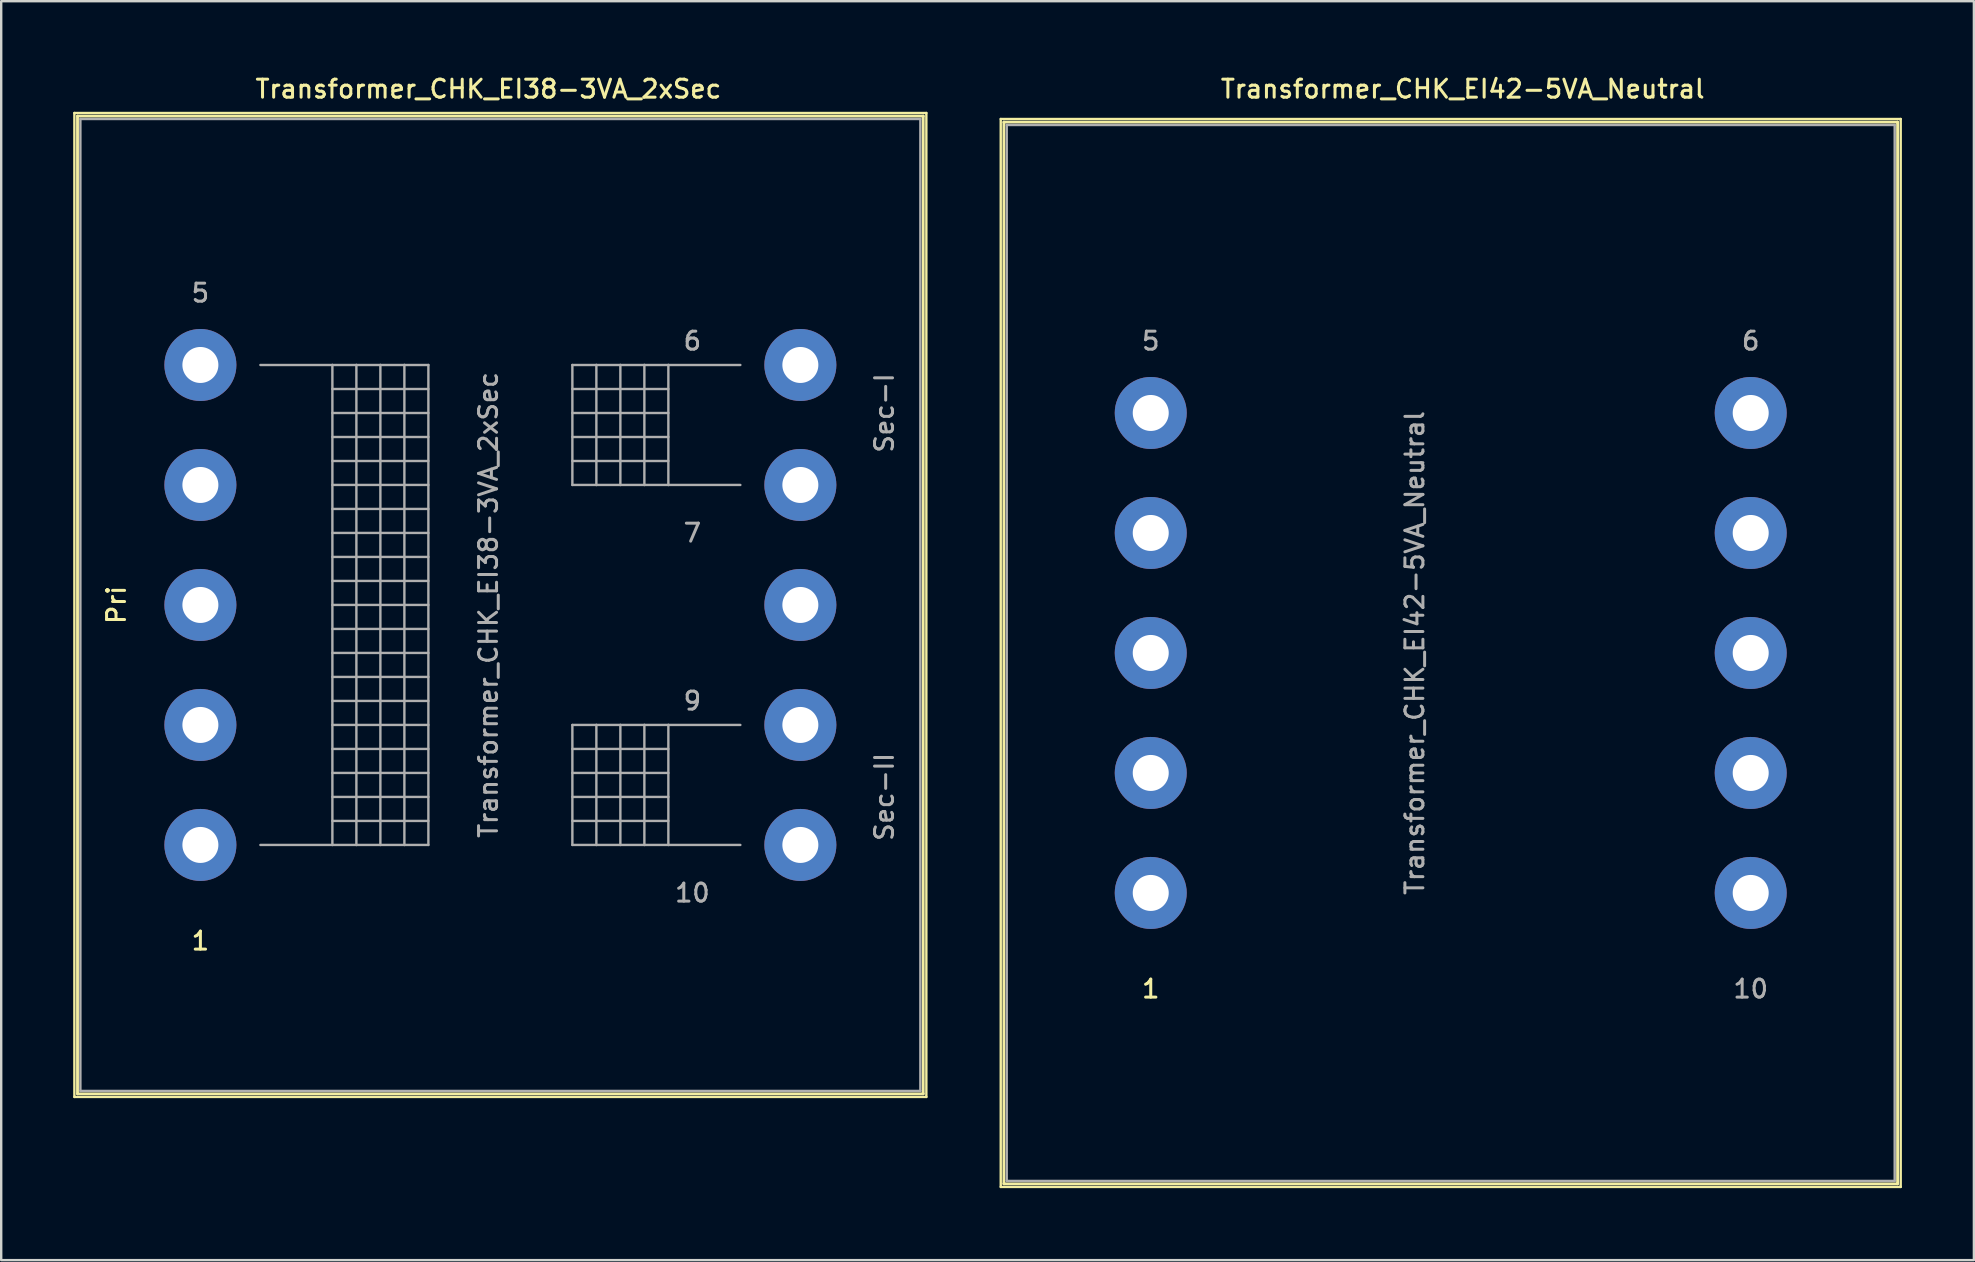
<source format=kicad_pcb>
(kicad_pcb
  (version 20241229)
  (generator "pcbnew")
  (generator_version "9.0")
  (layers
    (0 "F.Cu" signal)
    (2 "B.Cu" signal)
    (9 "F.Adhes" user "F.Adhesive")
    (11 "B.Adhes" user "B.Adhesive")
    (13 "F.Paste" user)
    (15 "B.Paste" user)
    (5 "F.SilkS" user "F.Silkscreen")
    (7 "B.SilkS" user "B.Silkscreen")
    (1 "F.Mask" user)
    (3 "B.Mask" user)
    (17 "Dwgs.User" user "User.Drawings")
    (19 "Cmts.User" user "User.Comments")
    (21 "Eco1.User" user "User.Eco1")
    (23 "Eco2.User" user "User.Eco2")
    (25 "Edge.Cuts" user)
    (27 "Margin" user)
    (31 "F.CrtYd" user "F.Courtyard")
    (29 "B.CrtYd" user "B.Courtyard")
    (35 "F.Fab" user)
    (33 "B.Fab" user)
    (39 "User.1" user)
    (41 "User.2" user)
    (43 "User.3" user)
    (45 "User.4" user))
  (footprint "Transformer_CHK_EI42-5VA_Neutral"
    (layer "F.Cu")
    (at 44.9 34.158)
    (property "Reference" "Transformer_CHK_EI42-5VA_Neutral" (at 13 -33.5 0) (layer "F.SilkS") (effects (font (size 0.75 0.75) (thickness 0.125))))
    (attr through_hole)
    (fp_line (start -6.25 -32.25) (end -6.25 12.25) (stroke (width 0.1) (type solid)) (layer "F.SilkS"))
    (fp_line (start -6.25 -32.25) (end 31.25 -32.25) (stroke (width 0.1) (type solid)) (layer "F.SilkS"))
    (fp_line (start -6.12 -32.12) (end -6.12 12.12) (stroke (width 0.12) (type solid)) (layer "F.SilkS"))
    (fp_line (start -6.12 -32.12) (end 31.12 -32.12) (stroke (width 0.12) (type solid)) (layer "F.SilkS"))
    (fp_line (start 31.12 12.12) (end -6.12 12.12) (stroke (width 0.12) (type solid)) (layer "F.SilkS"))
    (fp_line (start 31.12 12.12) (end 31.12 -32.12) (stroke (width 0.12) (type solid)) (layer "F.SilkS"))
    (fp_line (start 31.25 12.25) (end -6.25 12.25) (stroke (width 0.1) (type solid)) (layer "F.SilkS"))
    (fp_line (start 31.25 12.25) (end 31.25 -32.25) (stroke (width 0.1) (type solid)) (layer "F.SilkS"))
    (fp_line (start -6 -32) (end -6 12) (stroke (width 0.1) (type solid)) (layer "F.Fab"))
    (fp_line (start -6 12) (end 31 12) (stroke (width 0.1) (type solid)) (layer "F.Fab"))
    (fp_line (start 31 -32) (end -6 -32) (stroke (width 0.1) (type solid)) (layer "F.Fab"))
    (fp_line (start 31 12) (end 31 -32) (stroke (width 0.1) (type solid)) (layer "F.Fab"))
    (fp_text user "1" (at 0 4 0) (layer "F.SilkS") (effects (font (size 0.75 0.75) (thickness 0.125))))
    (fp_text user "5" (at 0 -23 0) (layer "F.Fab") (effects (font (size 0.75 0.75) (thickness 0.125))))
    (fp_text user "6" (at 25 -23 0) (layer "F.Fab") (effects (font (size 0.75 0.75) (thickness 0.125))))
    (fp_text user "${REFERENCE}" (at 11 -10 90) (layer "F.Fab") (effects (font (size 0.75 0.75) (thickness 0.125))))
    (fp_text user "10" (at 25 4 0) (layer "F.Fab") (effects (font (size 0.75 0.75) (thickness 0.125))))
    (pad "1" thru_hole circle (at 0 0) (size 3 3) (drill 1.5) (layers "*.Cu" "*.Mask"))
    (pad "2" thru_hole circle (at 0 -5) (size 3 3) (drill 1.5) (layers "*.Cu" "*.Mask"))
    (pad "3" thru_hole circle (at 0 -10) (size 3 3) (drill 1.5) (layers "*.Cu" "*.Mask"))
    (pad "4" thru_hole circle (at 0 -15) (size 3 3) (drill 1.5) (layers "*.Cu" "*.Mask"))
    (pad "5" thru_hole circle (at 0 -20) (size 3 3) (drill 1.5) (layers "*.Cu" "*.Mask"))
    (pad "6" thru_hole circle (at 25 -20) (size 3 3) (drill 1.5) (layers "*.Cu" "*.Mask"))
    (pad "7" thru_hole circle (at 25 -15) (size 3 3) (drill 1.5) (layers "*.Cu" "*.Mask"))
    (pad "8" thru_hole circle (at 25 -10) (size 3 3) (drill 1.5) (layers "*.Cu" "*.Mask"))
    (pad "9" thru_hole circle (at 25 -5) (size 3 3) (drill 1.5) (layers "*.Cu" "*.Mask"))
    (pad "10" thru_hole circle (at 25 0) (size 3 3) (drill 1.5) (layers "*.Cu" "*.Mask")))
  (footprint "Transformer_CHK_EI38-3VA_2xSec"
    (layer "F.Cu")
    (at 5.3 32.158)
    (property "Reference" "Transformer_CHK_EI38-3VA_2xSec" (at 12 -31.5 0) (layer "F.SilkS") (effects (font (size 0.75 0.75) (thickness 0.125))))
    (attr through_hole)
    (fp_line (start -5.25 -30.5) (end -5.25 10.5) (stroke (width 0.1) (type solid)) (layer "F.SilkS"))
    (fp_line (start -5.25 -30.5) (end 30.25 -30.5) (stroke (width 0.1) (type solid)) (layer "F.SilkS"))
    (fp_line (start -5.12 -30.37) (end -5.12 10.37) (stroke (width 0.12) (type solid)) (layer "F.SilkS"))
    (fp_line (start -5.12 -30.37) (end 30.12 -30.37) (stroke (width 0.12) (type solid)) (layer "F.SilkS"))
    (fp_line (start 30.12 10.37) (end -5.12 10.37) (stroke (width 0.12) (type solid)) (layer "F.SilkS"))
    (fp_line (start 30.12 10.37) (end 30.12 -30.37) (stroke (width 0.12) (type solid)) (layer "F.SilkS"))
    (fp_line (start 30.25 10.5) (end -5.25 10.5) (stroke (width 0.1) (type solid)) (layer "F.SilkS"))
    (fp_line (start 30.25 10.5) (end 30.25 -30.5) (stroke (width 0.1) (type solid)) (layer "F.SilkS"))
    (fp_line (start -5 -30.25) (end -5 10.25) (stroke (width 0.1) (type solid)) (layer "F.Fab"))
    (fp_line (start -5 10.25) (end 30 10.25) (stroke (width 0.1) (type solid)) (layer "F.Fab"))
    (fp_line (start 2.5 -20) (end 5.5 -20) (stroke (width 0.1) (type solid)) (layer "F.Fab"))
    (fp_line (start 5.5 -20) (end 5.5 0) (stroke (width 0.1) (type solid)) (layer "F.Fab"))
    (fp_line (start 5.5 -20) (end 6.5 -20) (stroke (width 0.1) (type solid)) (layer "F.Fab"))
    (fp_line (start 5.5 -19) (end 9.5 -19) (stroke (width 0.1) (type solid)) (layer "F.Fab"))
    (fp_line (start 5.5 -18) (end 9.5 -18) (stroke (width 0.1) (type solid)) (layer "F.Fab"))
    (fp_line (start 5.5 -17) (end 9.5 -17) (stroke (width 0.1) (type solid)) (layer "F.Fab"))
    (fp_line (start 5.5 -16) (end 9.5 -16) (stroke (width 0.1) (type solid)) (layer "F.Fab"))
    (fp_line (start 5.5 -15) (end 9.5 -15) (stroke (width 0.1) (type solid)) (layer "F.Fab"))
    (fp_line (start 5.5 -14) (end 9.5 -14) (stroke (width 0.1) (type solid)) (layer "F.Fab"))
    (fp_line (start 5.5 -13) (end 9.5 -13) (stroke (width 0.1) (type solid)) (layer "F.Fab"))
    (fp_line (start 5.5 -12) (end 9.5 -12) (stroke (width 0.1) (type solid)) (layer "F.Fab"))
    (fp_line (start 5.5 -11) (end 9.5 -11) (stroke (width 0.1) (type solid)) (layer "F.Fab"))
    (fp_line (start 5.5 -10) (end 9.5 -10) (stroke (width 0.1) (type solid)) (layer "F.Fab"))
    (fp_line (start 5.5 -9) (end 9.5 -9) (stroke (width 0.1) (type solid)) (layer "F.Fab"))
    (fp_line (start 5.5 -8) (end 9.5 -8) (stroke (width 0.1) (type solid)) (layer "F.Fab"))
    (fp_line (start 5.5 -7) (end 9.5 -7) (stroke (width 0.1) (type solid)) (layer "F.Fab"))
    (fp_line (start 5.5 -6) (end 9.5 -6) (stroke (width 0.1) (type solid)) (layer "F.Fab"))
    (fp_line (start 5.5 -5) (end 9.5 -5) (stroke (width 0.1) (type solid)) (layer "F.Fab"))
    (fp_line (start 5.5 -4) (end 9.5 -4) (stroke (width 0.1) (type solid)) (layer "F.Fab"))
    (fp_line (start 5.5 -3) (end 9.5 -3) (stroke (width 0.1) (type solid)) (layer "F.Fab"))
    (fp_line (start 5.5 -2) (end 9.5 -2) (stroke (width 0.1) (type solid)) (layer "F.Fab"))
    (fp_line (start 5.5 -1) (end 9.5 -1) (stroke (width 0.1) (type solid)) (layer "F.Fab"))
    (fp_line (start 5.5 0) (end 2.5 0) (stroke (width 0.1) (type solid)) (layer "F.Fab"))
    (fp_line (start 6.5 -20) (end 6.5 0) (stroke (width 0.1) (type solid)) (layer "F.Fab"))
    (fp_line (start 6.5 -20) (end 7.5 -20) (stroke (width 0.1) (type solid)) (layer "F.Fab"))
    (fp_line (start 6.5 0) (end 5.5 0) (stroke (width 0.1) (type solid)) (layer "F.Fab"))
    (fp_line (start 7.5 -20) (end 7.5 0) (stroke (width 0.1) (type solid)) (layer "F.Fab"))
    (fp_line (start 7.5 -20) (end 8.5 -20) (stroke (width 0.1) (type solid)) (layer "F.Fab"))
    (fp_line (start 7.5 0) (end 6.5 0) (stroke (width 0.1) (type solid)) (layer "F.Fab"))
    (fp_line (start 8.5 -20) (end 8.5 0) (stroke (width 0.1) (type solid)) (layer "F.Fab"))
    (fp_line (start 8.5 -20) (end 9.5 -20) (stroke (width 0.1) (type solid)) (layer "F.Fab"))
    (fp_line (start 8.5 0) (end 7.5 0) (stroke (width 0.1) (type solid)) (layer "F.Fab"))
    (fp_line (start 9.5 -20) (end 9.5 0) (stroke (width 0.1) (type solid)) (layer "F.Fab"))
    (fp_line (start 9.5 0) (end 8.5 0) (stroke (width 0.1) (type solid)) (layer "F.Fab"))
    (fp_line (start 15.5 -20) (end 15.5 -15) (stroke (width 0.1) (type solid)) (layer "F.Fab"))
    (fp_line (start 15.5 -19) (end 19.5 -19) (stroke (width 0.1) (type solid)) (layer "F.Fab"))
    (fp_line (start 15.5 -17) (end 19.5 -17) (stroke (width 0.1) (type solid)) (layer "F.Fab"))
    (fp_line (start 15.5 -15) (end 16.5 -15) (stroke (width 0.1) (type solid)) (layer "F.Fab"))
    (fp_line (start 15.5 -5) (end 15.5 0) (stroke (width 0.1) (type solid)) (layer "F.Fab"))
    (fp_line (start 15.5 -4) (end 19.5 -4) (stroke (width 0.1) (type solid)) (layer "F.Fab"))
    (fp_line (start 15.5 -3) (end 19.5 -3) (stroke (width 0.1) (type solid)) (layer "F.Fab"))
    (fp_line (start 15.5 -2) (end 19.5 -2) (stroke (width 0.1) (type solid)) (layer "F.Fab"))
    (fp_line (start 15.5 -1) (end 19.5 -1) (stroke (width 0.1) (type solid)) (layer "F.Fab"))
    (fp_line (start 15.5 0) (end 16.5 0) (stroke (width 0.1) (type solid)) (layer "F.Fab"))
    (fp_line (start 16.5 -20) (end 15.5 -20) (stroke (width 0.1) (type solid)) (layer "F.Fab"))
    (fp_line (start 16.5 -20) (end 16.5 -15) (stroke (width 0.1) (type solid)) (layer "F.Fab"))
    (fp_line (start 16.5 -15) (end 17.5 -15) (stroke (width 0.1) (type solid)) (layer "F.Fab"))
    (fp_line (start 16.5 -5) (end 15.5 -5) (stroke (width 0.1) (type solid)) (layer "F.Fab"))
    (fp_line (start 16.5 -5) (end 16.5 0) (stroke (width 0.1) (type solid)) (layer "F.Fab"))
    (fp_line (start 16.5 0) (end 17.5 0) (stroke (width 0.1) (type solid)) (layer "F.Fab"))
    (fp_line (start 17.5 -20) (end 16.5 -20) (stroke (width 0.1) (type solid)) (layer "F.Fab"))
    (fp_line (start 17.5 -20) (end 17.5 -15) (stroke (width 0.1) (type solid)) (layer "F.Fab"))
    (fp_line (start 17.5 -15) (end 18.5 -15) (stroke (width 0.1) (type solid)) (layer "F.Fab"))
    (fp_line (start 17.5 -5) (end 16.5 -5) (stroke (width 0.1) (type solid)) (layer "F.Fab"))
    (fp_line (start 17.5 -5) (end 17.5 0) (stroke (width 0.1) (type solid)) (layer "F.Fab"))
    (fp_line (start 17.5 0) (end 18.5 0) (stroke (width 0.1) (type solid)) (layer "F.Fab"))
    (fp_line (start 18.5 -20) (end 17.5 -20) (stroke (width 0.1) (type solid)) (layer "F.Fab"))
    (fp_line (start 18.5 -20) (end 18.5 -15) (stroke (width 0.1) (type solid)) (layer "F.Fab"))
    (fp_line (start 18.5 -15) (end 19.5 -15) (stroke (width 0.1) (type solid)) (layer "F.Fab"))
    (fp_line (start 18.5 -5) (end 17.5 -5) (stroke (width 0.1) (type solid)) (layer "F.Fab"))
    (fp_line (start 18.5 -5) (end 18.5 0) (stroke (width 0.1) (type solid)) (layer "F.Fab"))
    (fp_line (start 18.5 0) (end 19.5 0) (stroke (width 0.1) (type solid)) (layer "F.Fab"))
    (fp_line (start 19.5 -20) (end 18.5 -20) (stroke (width 0.1) (type solid)) (layer "F.Fab"))
    (fp_line (start 19.5 -20) (end 19.5 -15) (stroke (width 0.1) (type solid)) (layer "F.Fab"))
    (fp_line (start 19.5 -18) (end 15.5 -18) (stroke (width 0.1) (type solid)) (layer "F.Fab"))
    (fp_line (start 19.5 -16) (end 15.5 -16) (stroke (width 0.1) (type solid)) (layer "F.Fab"))
    (fp_line (start 19.5 -15) (end 22.5 -15) (stroke (width 0.1) (type solid)) (layer "F.Fab"))
    (fp_line (start 19.5 -5) (end 18.5 -5) (stroke (width 0.1) (type solid)) (layer "F.Fab"))
    (fp_line (start 19.5 -5) (end 19.5 0) (stroke (width 0.1) (type solid)) (layer "F.Fab"))
    (fp_line (start 19.5 0) (end 22.5 0) (stroke (width 0.1) (type solid)) (layer "F.Fab"))
    (fp_line (start 22.5 -20) (end 19.5 -20) (stroke (width 0.1) (type solid)) (layer "F.Fab"))
    (fp_line (start 22.5 -5) (end 19.5 -5) (stroke (width 0.1) (type solid)) (layer "F.Fab"))
    (fp_line (start 30 -30.25) (end -5 -30.25) (stroke (width 0.1) (type solid)) (layer "F.Fab"))
    (fp_line (start 30 10.25) (end 30 -30.25) (stroke (width 0.1) (type solid)) (layer "F.Fab"))
    (fp_text user "Pri" (at -3.5 -10 90) (layer "F.SilkS") (effects (font (size 0.75 0.75) (thickness 0.125))))
    (fp_text user "1" (at 0 4 0) (layer "F.SilkS") (effects (font (size 0.75 0.75) (thickness 0.125))))
    (fp_text user "${REFERENCE}" (at 12 -10 90) (layer "F.Fab") (effects (font (size 0.75 0.75) (thickness 0.125))))
    (fp_text user "5" (at 0 -23 0) (layer "F.Fab") (effects (font (size 0.75 0.75) (thickness 0.125))))
    (fp_text user "Sec-II" (at 28.5 -2 90) (layer "F.Fab") (effects (font (size 0.75 0.75) (thickness 0.125))))
    (fp_text user "9" (at 20.5 -6 0) (layer "F.Fab") (effects (font (size 0.75 0.75) (thickness 0.125))))
    (fp_text user "10" (at 20.5 2 0) (layer "F.Fab") (effects (font (size 0.75 0.75) (thickness 0.125))))
    (fp_text user "Sec-I" (at 28.5 -18 90) (layer "F.Fab") (effects (font (size 0.75 0.75) (thickness 0.125))))
    (fp_text user "6" (at 20.5 -21 0) (layer "F.Fab") (effects (font (size 0.75 0.75) (thickness 0.125))))
    (fp_text user "7" (at 20.5 -13 0) (layer "F.Fab") (effects (font (size 0.75 0.75) (thickness 0.125))))
    (pad "1" thru_hole circle (at 0 0) (size 3 3) (drill 1.5) (layers "*.Cu" "*.Mask"))
    (pad "2" thru_hole circle (at 0 -5) (size 3 3) (drill 1.5) (layers "*.Cu" "*.Mask"))
    (pad "3" thru_hole circle (at 0 -10) (size 3 3) (drill 1.5) (layers "*.Cu" "*.Mask"))
    (pad "4" thru_hole circle (at 0 -15) (size 3 3) (drill 1.5) (layers "*.Cu" "*.Mask"))
    (pad "5" thru_hole circle (at 0 -20) (size 3 3) (drill 1.5) (layers "*.Cu" "*.Mask"))
    (pad "6" thru_hole circle (at 25 -20) (size 3 3) (drill 1.5) (layers "*.Cu" "*.Mask"))
    (pad "7" thru_hole circle (at 25 -15) (size 3 3) (drill 1.5) (layers "*.Cu" "*.Mask"))
    (pad "8" thru_hole circle (at 25 -10) (size 3 3) (drill 1.5) (layers "*.Cu" "*.Mask"))
    (pad "9" thru_hole circle (at 25 -5) (size 3 3) (drill 1.5) (layers "*.Cu" "*.Mask"))
    (pad "10" thru_hole circle (at 25 0) (size 3 3) (drill 1.5) (layers "*.Cu" "*.Mask")))
  (gr_rect
    (start -3 -3)
    (end 79.2 49.458)
    (stroke (width 0.1) (type default))
    (fill no)
    (layer "Edge.Cuts")))
</source>
